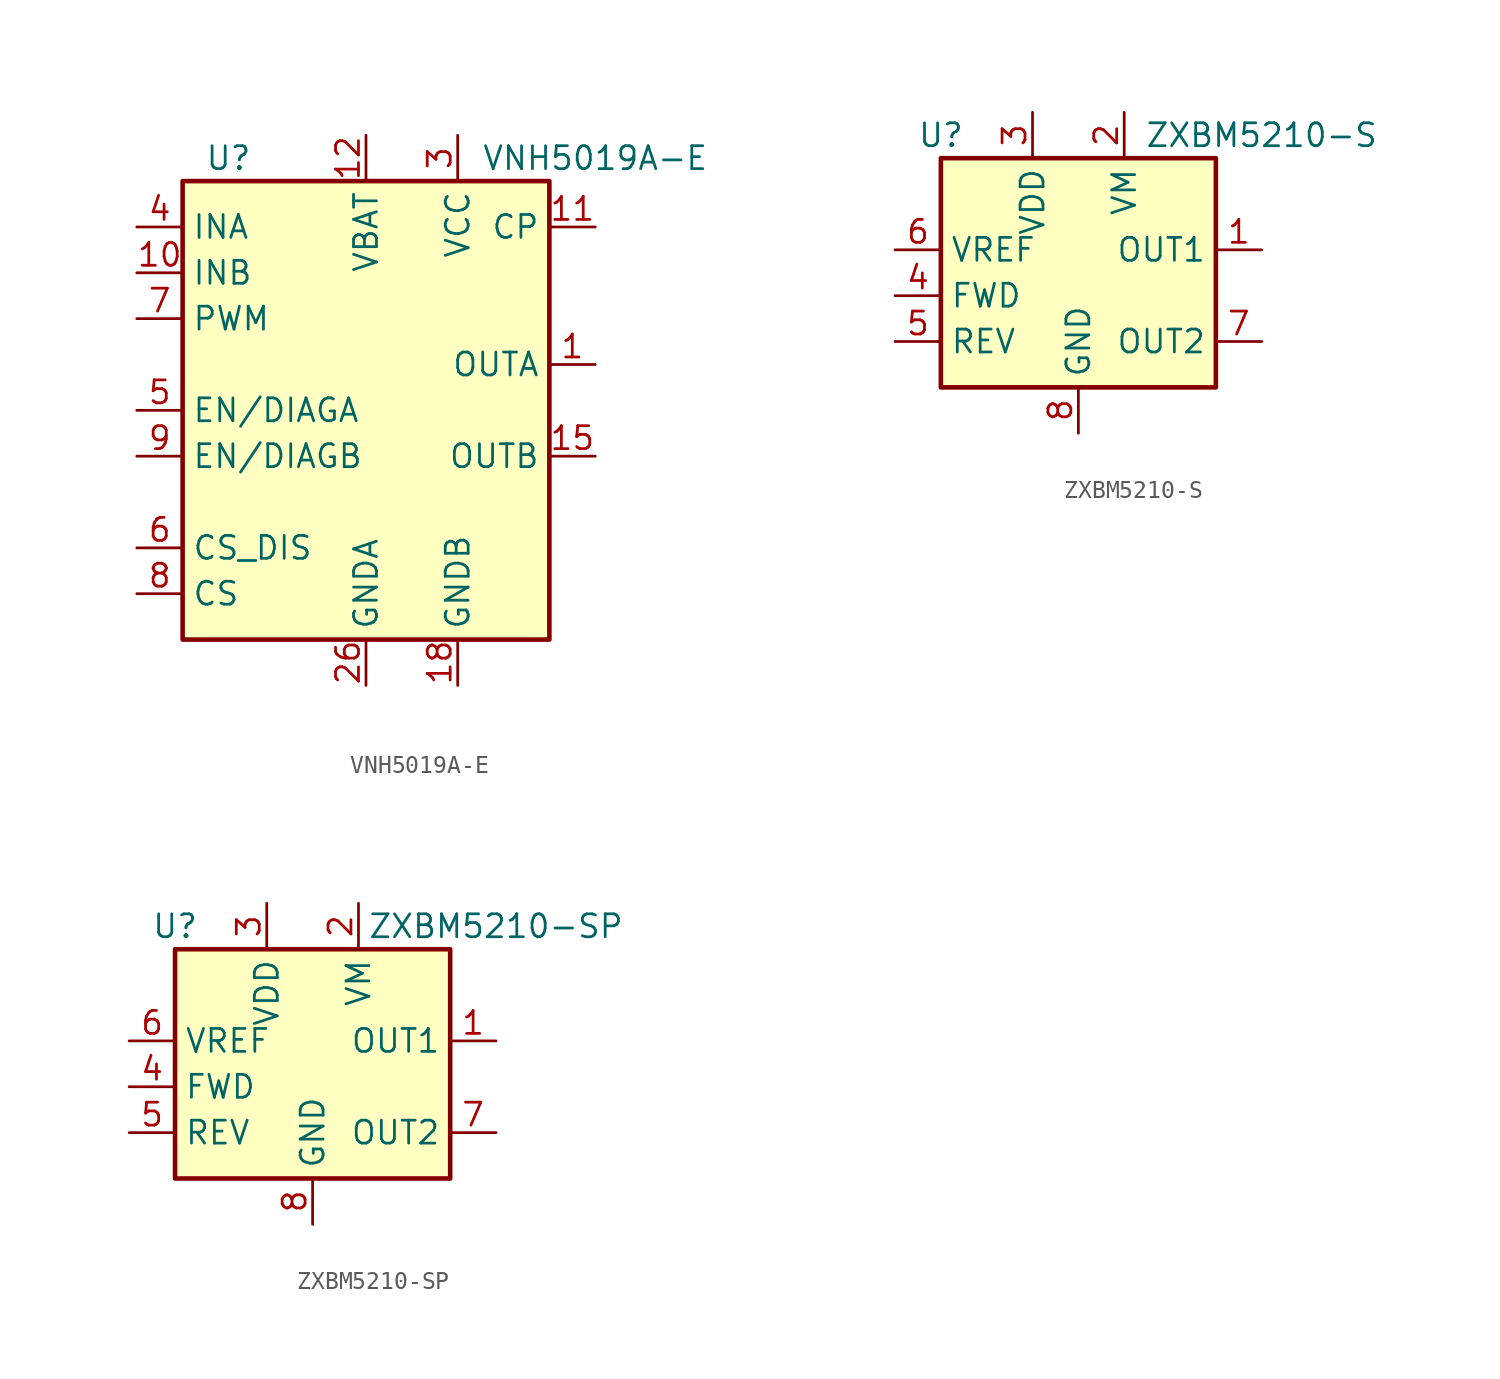
<source format=kicad_sym>
(kicad_symbol_lib
  (version 20211014)
  (generator kicad_symbol_editor)
  (symbol "VNH5019A-E"
    (property "Reference" "U"
      (at -7.62 13.97 0)
      (effects (font (size 1.27 1.27))))
    (property "Value" "VNH5019A-E"
      (at 12.7 13.97 0)
      (effects (font (size 1.27 1.27))))
    (symbol "VNH5019A-E_0_1"
      (rectangle (start -10.16 12.7) (end 10.16 -12.7) (stroke (width 0.254) (type default) (color 0 0 0 0)) (fill (type background))))
    (symbol "VNH5019A-E_1_1"
      (pin output line (at 12.7 2.54 180) (length 2.54) (name "OUTA" (effects (font (size 1.27 1.27)))) (number "1" (effects (font (size 1.27 1.27)))))
      (pin input line (at -12.7 7.62 0) (length 2.54) (name "INB" (effects (font (size 1.27 1.27)))) (number "10" (effects (font (size 1.27 1.27)))))
      (pin output line (at 12.7 10.16 180) (length 2.54) (name "CP" (effects (font (size 1.27 1.27)))) (number "11" (effects (font (size 1.27 1.27)))))
      (pin power_in line (at 0 15.24 270) (length 2.54) (name "VBAT" (effects (font (size 1.27 1.27)))) (number "12" (effects (font (size 1.27 1.27)))))
      (pin passive line (at 5.08 15.24 270) (length 2.54) hide (name "VCC" (effects (font (size 1.27 1.27)))) (number "13" (effects (font (size 1.27 1.27)))))
      (pin no_connect line (at 10.16 -10.16 180) (length 2.54) hide (name "NC" (effects (font (size 1.27 1.27)))) (number "14" (effects (font (size 1.27 1.27)))))
      (pin output line (at 12.7 -2.54 180) (length 2.54) (name "OUTB" (effects (font (size 1.27 1.27)))) (number "15" (effects (font (size 1.27 1.27)))))
      (pin passive line (at 12.7 -2.54 180) (length 2.54) hide (name "OUTB" (effects (font (size 1.27 1.27)))) (number "16" (effects (font (size 1.27 1.27)))))
      (pin no_connect line (at 10.16 -5.08 180) (length 2.54) hide (name "NC" (effects (font (size 1.27 1.27)))) (number "17" (effects (font (size 1.27 1.27)))))
      (pin power_in line (at 5.08 -15.24 90) (length 2.54) (name "GNDB" (effects (font (size 1.27 1.27)))) (number "18" (effects (font (size 1.27 1.27)))))
      (pin passive line (at 5.08 -15.24 90) (length 2.54) hide (name "GNDB" (effects (font (size 1.27 1.27)))) (number "19" (effects (font (size 1.27 1.27)))))
      (pin no_connect line (at 10.16 -7.62 180) (length 2.54) hide (name "NC" (effects (font (size 1.27 1.27)))) (number "2" (effects (font (size 1.27 1.27)))))
      (pin passive line (at 5.08 -15.24 90) (length 2.54) hide (name "GNDB" (effects (font (size 1.27 1.27)))) (number "20" (effects (font (size 1.27 1.27)))))
      (pin passive line (at 12.7 -2.54 180) (length 2.54) hide (name "OUTB" (effects (font (size 1.27 1.27)))) (number "21" (effects (font (size 1.27 1.27)))))
      (pin no_connect line (at 10.16 0 180) (length 2.54) hide (name "NC" (effects (font (size 1.27 1.27)))) (number "22" (effects (font (size 1.27 1.27)))))
      (pin passive line (at 5.08 15.24 270) (length 2.54) hide (name "VCC" (effects (font (size 1.27 1.27)))) (number "23" (effects (font (size 1.27 1.27)))))
      (pin no_connect line (at 10.16 5.08 180) (length 2.54) hide (name "NC" (effects (font (size 1.27 1.27)))) (number "24" (effects (font (size 1.27 1.27)))))
      (pin passive line (at 12.7 2.54 180) (length 2.54) hide (name "OUTA" (effects (font (size 1.27 1.27)))) (number "25" (effects (font (size 1.27 1.27)))))
      (pin power_in line (at 0 -15.24 90) (length 2.54) (name "GNDA" (effects (font (size 1.27 1.27)))) (number "26" (effects (font (size 1.27 1.27)))))
      (pin passive line (at 0 -15.24 90) (length 2.54) hide (name "GNDA" (effects (font (size 1.27 1.27)))) (number "27" (effects (font (size 1.27 1.27)))))
      (pin passive line (at 0 -15.24 90) (length 2.54) hide (name "GNDA" (effects (font (size 1.27 1.27)))) (number "28" (effects (font (size 1.27 1.27)))))
      (pin no_connect line (at 10.16 7.62 180) (length 2.54) hide (name "NC" (effects (font (size 1.27 1.27)))) (number "29" (effects (font (size 1.27 1.27)))))
      (pin power_in line (at 5.08 15.24 270) (length 2.54) (name "VCC" (effects (font (size 1.27 1.27)))) (number "3" (effects (font (size 1.27 1.27)))))
      (pin passive line (at 12.7 2.54 180) (length 2.54) hide (name "OUTA" (effects (font (size 1.27 1.27)))) (number "30" (effects (font (size 1.27 1.27)))))
      (pin passive line (at 5.08 15.24 270) (length 2.54) hide (name "VCC" (effects (font (size 1.27 1.27)))) (number "31" (effects (font (size 1.27 1.27)))))
      (pin passive line (at 12.7 -2.54 180) (length 2.54) hide (name "OUTB" (effects (font (size 1.27 1.27)))) (number "32" (effects (font (size 1.27 1.27)))))
      (pin passive line (at 12.7 2.54 180) (length 2.54) hide (name "OUTA" (effects (font (size 1.27 1.27)))) (number "33" (effects (font (size 1.27 1.27)))))
      (pin input line (at -12.7 10.16 0) (length 2.54) (name "INA" (effects (font (size 1.27 1.27)))) (number "4" (effects (font (size 1.27 1.27)))))
      (pin open_collector line (at -12.7 0 0) (length 2.54) (name "EN/DIAGA" (effects (font (size 1.27 1.27)))) (number "5" (effects (font (size 1.27 1.27)))))
      (pin input line (at -12.7 -7.62 0) (length 2.54) (name "CS_DIS" (effects (font (size 1.27 1.27)))) (number "6" (effects (font (size 1.27 1.27)))))
      (pin input line (at -12.7 5.08 0) (length 2.54) (name "PWM" (effects (font (size 1.27 1.27)))) (number "7" (effects (font (size 1.27 1.27)))))
      (pin output line (at -12.7 -10.16 0) (length 2.54) (name "CS" (effects (font (size 1.27 1.27)))) (number "8" (effects (font (size 1.27 1.27)))))
      (pin open_collector line (at -12.7 -2.54 0) (length 2.54) (name "EN/DIAGB" (effects (font (size 1.27 1.27)))) (number "9" (effects (font (size 1.27 1.27)))))))
  (symbol "ZXBM5210-S"
    (property "Reference" "U"
      (at -7.62 8.89 0)
      (effects (font (size 1.27 1.27))))
    (property "Value" "ZXBM5210-S"
      (at 10.16 8.89 0)
      (effects (font (size 1.27 1.27))))
    (symbol "ZXBM5210-S_0_0"
      (pin output line (at 10.16 2.54 180) (length 2.54) (name "OUT1" (effects (font (size 1.27 1.27)))) (number "1" (effects (font (size 1.27 1.27)))))
      (pin power_in line (at 2.54 10.16 270) (length 2.54) (name "VM" (effects (font (size 1.27 1.27)))) (number "2" (effects (font (size 1.27 1.27)))))
      (pin power_in line (at -2.54 10.16 270) (length 2.54) (name "VDD" (effects (font (size 1.27 1.27)))) (number "3" (effects (font (size 1.27 1.27)))))
      (pin input line (at -10.16 0 0) (length 2.54) (name "FWD" (effects (font (size 1.27 1.27)))) (number "4" (effects (font (size 1.27 1.27)))))
      (pin input line (at -10.16 -2.54 0) (length 2.54) (name "REV" (effects (font (size 1.27 1.27)))) (number "5" (effects (font (size 1.27 1.27)))))
      (pin input line (at -10.16 2.54 0) (length 2.54) (name "VREF" (effects (font (size 1.27 1.27)))) (number "6" (effects (font (size 1.27 1.27)))))
      (pin output line (at 10.16 -2.54 180) (length 2.54) (name "OUT2" (effects (font (size 1.27 1.27)))) (number "7" (effects (font (size 1.27 1.27)))))
      (pin power_in line (at 0 -7.62 90) (length 2.54) (name "GND" (effects (font (size 1.27 1.27)))) (number "8" (effects (font (size 1.27 1.27))))))
    (symbol "ZXBM5210-S_0_1"
      (rectangle (start -7.62 7.62) (end 7.62 -5.08) (stroke (width 0.254) (type default) (color 0 0 0 0)) (fill (type background)))))
  (symbol "ZXBM5210-SP"
    (property "Reference" "U"
      (at -7.62 8.89 0)
      (effects (font (size 1.27 1.27))))
    (property "Value" "ZXBM5210-SP"
      (at 10.16 8.89 0)
      (effects (font (size 1.27 1.27))))
    (symbol "ZXBM5210-SP_0_0"
      (pin output line (at 10.16 2.54 180) (length 2.54) (name "OUT1" (effects (font (size 1.27 1.27)))) (number "1" (effects (font (size 1.27 1.27)))))
      (pin power_in line (at 2.54 10.16 270) (length 2.54) (name "VM" (effects (font (size 1.27 1.27)))) (number "2" (effects (font (size 1.27 1.27)))))
      (pin power_in line (at -2.54 10.16 270) (length 2.54) (name "VDD" (effects (font (size 1.27 1.27)))) (number "3" (effects (font (size 1.27 1.27)))))
      (pin input line (at -10.16 0 0) (length 2.54) (name "FWD" (effects (font (size 1.27 1.27)))) (number "4" (effects (font (size 1.27 1.27)))))
      (pin input line (at -10.16 -2.54 0) (length 2.54) (name "REV" (effects (font (size 1.27 1.27)))) (number "5" (effects (font (size 1.27 1.27)))))
      (pin input line (at -10.16 2.54 0) (length 2.54) (name "VREF" (effects (font (size 1.27 1.27)))) (number "6" (effects (font (size 1.27 1.27)))))
      (pin output line (at 10.16 -2.54 180) (length 2.54) (name "OUT2" (effects (font (size 1.27 1.27)))) (number "7" (effects (font (size 1.27 1.27)))))
      (pin power_in line (at 0 -7.62 90) (length 2.54) (name "GND" (effects (font (size 1.27 1.27)))) (number "8" (effects (font (size 1.27 1.27)))))
      (pin passive line (at 0 -7.62 90) (length 2.54) hide (name "GND" (effects (font (size 1.27 1.27)))) (number "9" (effects (font (size 1.27 1.27))))))
    (symbol "ZXBM5210-SP_0_1"
      (rectangle (start -7.62 7.62) (end 7.62 -5.08) (stroke (width 0.254) (type default) (color 0 0 0 0)) (fill (type background))))))
</source>
